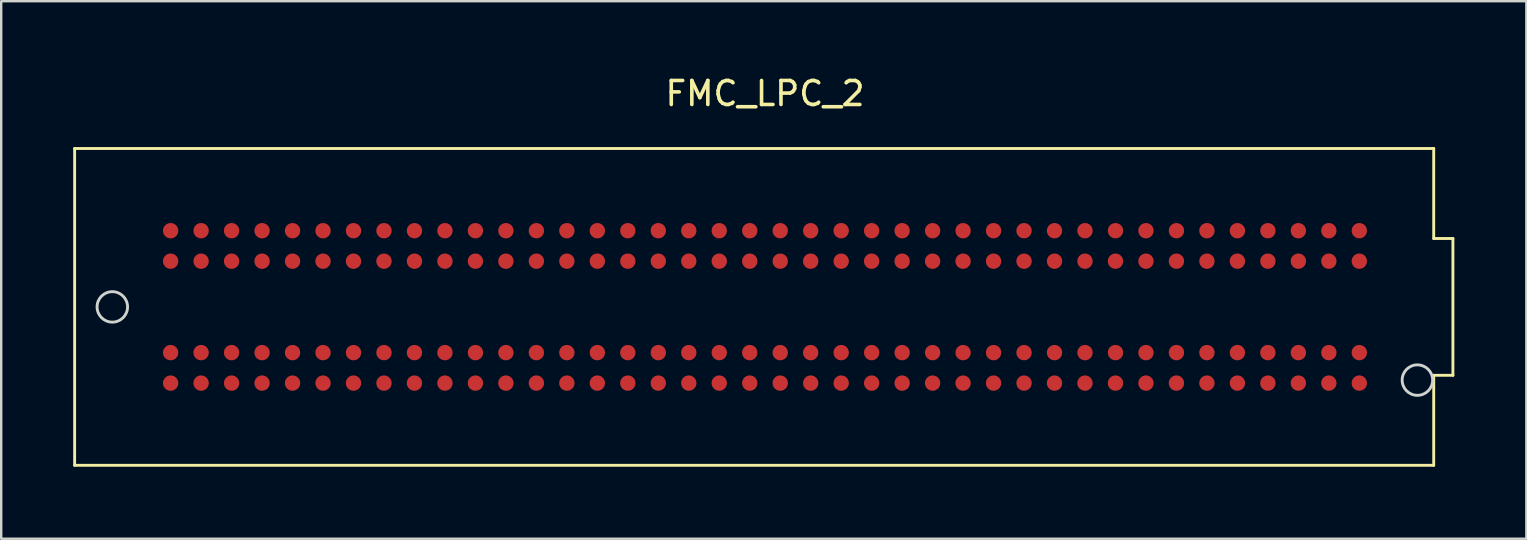
<source format=kicad_pcb>
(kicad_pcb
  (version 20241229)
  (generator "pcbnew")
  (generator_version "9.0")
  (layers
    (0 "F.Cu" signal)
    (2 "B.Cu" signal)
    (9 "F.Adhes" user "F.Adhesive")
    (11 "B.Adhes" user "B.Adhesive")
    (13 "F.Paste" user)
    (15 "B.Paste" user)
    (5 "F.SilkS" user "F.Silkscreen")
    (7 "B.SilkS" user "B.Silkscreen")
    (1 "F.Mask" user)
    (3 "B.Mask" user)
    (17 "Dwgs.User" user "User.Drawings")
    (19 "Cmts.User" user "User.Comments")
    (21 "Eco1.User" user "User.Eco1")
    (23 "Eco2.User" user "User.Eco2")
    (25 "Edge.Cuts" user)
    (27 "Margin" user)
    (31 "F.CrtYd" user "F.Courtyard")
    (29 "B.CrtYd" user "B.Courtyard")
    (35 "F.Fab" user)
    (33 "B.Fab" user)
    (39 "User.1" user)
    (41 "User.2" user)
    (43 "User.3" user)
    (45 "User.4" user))
  (footprint "FMC_LPC_2"
    (layer "F.Cu")
    (at 28.825 9.738)
    (property "Reference" "FMC_LPC_2" (at 0 -8.89 0) (layer "F.SilkS") (effects (font (size 1 1) (thickness 0.15))))
    (attr through_hole)
    (fp_line (start -28.765 -6.6) (end -28.765 6.6) (stroke (width 0.12) (type solid)) (layer "F.SilkS"))
    (fp_line (start -28.765 6.6) (end 27.865 6.6) (stroke (width 0.12) (type solid)) (layer "F.SilkS"))
    (fp_line (start 27.865 -6.6) (end -28.765 -6.6) (stroke (width 0.12) (type solid)) (layer "F.SilkS"))
    (fp_line (start 27.865 -2.85) (end 27.865 -6.6) (stroke (width 0.12) (type solid)) (layer "F.SilkS"))
    (fp_line (start 27.865 2.85) (end 28.665 2.85) (stroke (width 0.12) (type solid)) (layer "F.SilkS"))
    (fp_line (start 27.865 6.6) (end 27.865 2.85) (stroke (width 0.12) (type solid)) (layer "F.SilkS"))
    (fp_line (start 28.665 -2.85) (end 27.865 -2.85) (stroke (width 0.12) (type solid)) (layer "F.SilkS"))
    (fp_line (start 28.665 -2.85) (end 28.665 2.85) (stroke (width 0.12) (type solid)) (layer "F.SilkS"))
    (fp_circle (center -27.195 0) (end -26.56 0) (stroke (width 0.12) (type solid)) (fill no) (layer "Edge.Cuts"))
    (fp_circle (center 27.185 3.05) (end 27.82 3.05) (stroke (width 0.12) (type solid)) (fill no) (layer "Edge.Cuts"))
    (pad "C1" smd circle (at 24.765 -3.175) (size 0.64 0.64) (layers "F.Cu" "F.Mask" "F.Paste"))
    (pad "C2" smd circle (at 23.495 -3.175) (size 0.64 0.64) (layers "F.Cu" "F.Mask" "F.Paste"))
    (pad "C3" smd circle (at 22.225 -3.175) (size 0.64 0.64) (layers "F.Cu" "F.Mask" "F.Paste"))
    (pad "C4" smd circle (at 20.955 -3.175) (size 0.64 0.64) (layers "F.Cu" "F.Mask" "F.Paste"))
    (pad "C5" smd circle (at 19.685 -3.175) (size 0.64 0.64) (layers "F.Cu" "F.Mask" "F.Paste"))
    (pad "C6" smd circle (at 18.415 -3.175) (size 0.64 0.64) (layers "F.Cu" "F.Mask" "F.Paste"))
    (pad "C7" smd circle (at 17.145 -3.175) (size 0.64 0.64) (layers "F.Cu" "F.Mask" "F.Paste"))
    (pad "C8" smd circle (at 15.875 -3.175) (size 0.64 0.64) (layers "F.Cu" "F.Mask" "F.Paste"))
    (pad "C9" smd circle (at 14.605 -3.175) (size 0.64 0.64) (layers "F.Cu" "F.Mask" "F.Paste"))
    (pad "C10" smd circle (at 13.335 -3.175) (size 0.64 0.64) (layers "F.Cu" "F.Mask" "F.Paste"))
    (pad "C11" smd circle (at 12.065 -3.175) (size 0.64 0.64) (layers "F.Cu" "F.Mask" "F.Paste"))
    (pad "C12" smd circle (at 10.795 -3.175) (size 0.64 0.64) (layers "F.Cu" "F.Mask" "F.Paste"))
    (pad "C13" smd circle (at 9.525 -3.175) (size 0.64 0.64) (layers "F.Cu" "F.Mask" "F.Paste"))
    (pad "C14" smd circle (at 8.255 -3.175) (size 0.64 0.64) (layers "F.Cu" "F.Mask" "F.Paste"))
    (pad "C15" smd circle (at 6.985 -3.175) (size 0.64 0.64) (layers "F.Cu" "F.Mask" "F.Paste"))
    (pad "C16" smd circle (at 5.715 -3.175) (size 0.64 0.64) (layers "F.Cu" "F.Mask" "F.Paste"))
    (pad "C17" smd circle (at 4.445 -3.175) (size 0.64 0.64) (layers "F.Cu" "F.Mask" "F.Paste"))
    (pad "C18" smd circle (at 3.175 -3.175) (size 0.64 0.64) (layers "F.Cu" "F.Mask" "F.Paste"))
    (pad "C19" smd circle (at 1.905 -3.175) (size 0.64 0.64) (layers "F.Cu" "F.Mask" "F.Paste"))
    (pad "C20" smd circle (at 0.635 -3.175) (size 0.64 0.64) (layers "F.Cu" "F.Mask" "F.Paste"))
    (pad "C21" smd circle (at -0.635 -3.175) (size 0.64 0.64) (layers "F.Cu" "F.Mask" "F.Paste"))
    (pad "C22" smd circle (at -1.905 -3.175) (size 0.64 0.64) (layers "F.Cu" "F.Mask" "F.Paste"))
    (pad "C23" smd circle (at -3.175 -3.175) (size 0.64 0.64) (layers "F.Cu" "F.Mask" "F.Paste"))
    (pad "C24" smd circle (at -4.445 -3.175) (size 0.64 0.64) (layers "F.Cu" "F.Mask" "F.Paste"))
    (pad "C25" smd circle (at -5.715 -3.175) (size 0.64 0.64) (layers "F.Cu" "F.Mask" "F.Paste"))
    (pad "C26" smd circle (at -6.985 -3.175) (size 0.64 0.64) (layers "F.Cu" "F.Mask" "F.Paste"))
    (pad "C27" smd circle (at -8.255 -3.175) (size 0.64 0.64) (layers "F.Cu" "F.Mask" "F.Paste"))
    (pad "C28" smd circle (at -9.525 -3.175) (size 0.64 0.64) (layers "F.Cu" "F.Mask" "F.Paste"))
    (pad "C29" smd circle (at -10.795 -3.175) (size 0.64 0.64) (layers "F.Cu" "F.Mask" "F.Paste"))
    (pad "C30" smd circle (at -12.065 -3.175) (size 0.64 0.64) (layers "F.Cu" "F.Mask" "F.Paste"))
    (pad "C31" smd circle (at -13.335 -3.175) (size 0.64 0.64) (layers "F.Cu" "F.Mask" "F.Paste"))
    (pad "C32" smd circle (at -14.605 -3.175) (size 0.64 0.64) (layers "F.Cu" "F.Mask" "F.Paste"))
    (pad "C33" smd circle (at -15.875 -3.175) (size 0.64 0.64) (layers "F.Cu" "F.Mask" "F.Paste"))
    (pad "C34" smd circle (at -17.145 -3.175) (size 0.64 0.64) (layers "F.Cu" "F.Mask" "F.Paste"))
    (pad "C35" smd circle (at -18.415 -3.175) (size 0.64 0.64) (layers "F.Cu" "F.Mask" "F.Paste"))
    (pad "C36" smd circle (at -19.685 -3.175) (size 0.64 0.64) (layers "F.Cu" "F.Mask" "F.Paste"))
    (pad "C37" smd circle (at -20.955 -3.175) (size 0.64 0.64) (layers "F.Cu" "F.Mask" "F.Paste"))
    (pad "C38" smd circle (at -22.225 -3.175) (size 0.64 0.64) (layers "F.Cu" "F.Mask" "F.Paste"))
    (pad "C39" smd circle (at -23.495 -3.175) (size 0.64 0.64) (layers "F.Cu" "F.Mask" "F.Paste"))
    (pad "C40" smd circle (at -24.765 -3.175) (size 0.64 0.64) (layers "F.Cu" "F.Mask" "F.Paste"))
    (pad "D1" smd circle (at 24.765 -1.905) (size 0.64 0.64) (layers "F.Cu" "F.Mask" "F.Paste"))
    (pad "D2" smd circle (at 23.495 -1.905) (size 0.64 0.64) (layers "F.Cu" "F.Mask" "F.Paste"))
    (pad "D3" smd circle (at 22.225 -1.905) (size 0.64 0.64) (layers "F.Cu" "F.Mask" "F.Paste"))
    (pad "D4" smd circle (at 20.955 -1.905) (size 0.64 0.64) (layers "F.Cu" "F.Mask" "F.Paste"))
    (pad "D5" smd circle (at 19.685 -1.905) (size 0.64 0.64) (layers "F.Cu" "F.Mask" "F.Paste"))
    (pad "D6" smd circle (at 18.415 -1.905) (size 0.64 0.64) (layers "F.Cu" "F.Mask" "F.Paste"))
    (pad "D7" smd circle (at 17.145 -1.905) (size 0.64 0.64) (layers "F.Cu" "F.Mask" "F.Paste"))
    (pad "D8" smd circle (at 15.875 -1.905) (size 0.64 0.64) (layers "F.Cu" "F.Mask" "F.Paste"))
    (pad "D9" smd circle (at 14.605 -1.905) (size 0.64 0.64) (layers "F.Cu" "F.Mask" "F.Paste"))
    (pad "D10" smd circle (at 13.335 -1.905) (size 0.64 0.64) (layers "F.Cu" "F.Mask" "F.Paste"))
    (pad "D11" smd circle (at 12.065 -1.905) (size 0.64 0.64) (layers "F.Cu" "F.Mask" "F.Paste"))
    (pad "D12" smd circle (at 10.795 -1.905) (size 0.64 0.64) (layers "F.Cu" "F.Mask" "F.Paste"))
    (pad "D13" smd circle (at 9.525 -1.905) (size 0.64 0.64) (layers "F.Cu" "F.Mask" "F.Paste"))
    (pad "D14" smd circle (at 8.255 -1.905) (size 0.64 0.64) (layers "F.Cu" "F.Mask" "F.Paste"))
    (pad "D15" smd circle (at 6.985 -1.905) (size 0.64 0.64) (layers "F.Cu" "F.Mask" "F.Paste"))
    (pad "D16" smd circle (at 5.715 -1.905) (size 0.64 0.64) (layers "F.Cu" "F.Mask" "F.Paste"))
    (pad "D17" smd circle (at 4.445 -1.905) (size 0.64 0.64) (layers "F.Cu" "F.Mask" "F.Paste"))
    (pad "D18" smd circle (at 3.175 -1.905) (size 0.64 0.64) (layers "F.Cu" "F.Mask" "F.Paste"))
    (pad "D19" smd circle (at 1.905 -1.905) (size 0.64 0.64) (layers "F.Cu" "F.Mask" "F.Paste"))
    (pad "D20" smd circle (at 0.635 -1.905) (size 0.64 0.64) (layers "F.Cu" "F.Mask" "F.Paste"))
    (pad "D21" smd circle (at -0.635 -1.905) (size 0.64 0.64) (layers "F.Cu" "F.Mask" "F.Paste"))
    (pad "D22" smd circle (at -1.905 -1.905) (size 0.64 0.64) (layers "F.Cu" "F.Mask" "F.Paste"))
    (pad "D23" smd circle (at -3.175 -1.905) (size 0.64 0.64) (layers "F.Cu" "F.Mask" "F.Paste"))
    (pad "D24" smd circle (at -4.445 -1.905) (size 0.64 0.64) (layers "F.Cu" "F.Mask" "F.Paste"))
    (pad "D25" smd circle (at -5.715 -1.905) (size 0.64 0.64) (layers "F.Cu" "F.Mask" "F.Paste"))
    (pad "D26" smd circle (at -6.985 -1.905) (size 0.64 0.64) (layers "F.Cu" "F.Mask" "F.Paste"))
    (pad "D27" smd circle (at -8.255 -1.905) (size 0.64 0.64) (layers "F.Cu" "F.Mask" "F.Paste"))
    (pad "D28" smd circle (at -9.525 -1.905) (size 0.64 0.64) (layers "F.Cu" "F.Mask" "F.Paste"))
    (pad "D29" smd circle (at -10.795 -1.905) (size 0.64 0.64) (layers "F.Cu" "F.Mask" "F.Paste"))
    (pad "D30" smd circle (at -12.065 -1.905) (size 0.64 0.64) (layers "F.Cu" "F.Mask" "F.Paste"))
    (pad "D31" smd circle (at -13.335 -1.905) (size 0.64 0.64) (layers "F.Cu" "F.Mask" "F.Paste"))
    (pad "D32" smd circle (at -14.605 -1.905) (size 0.64 0.64) (layers "F.Cu" "F.Mask" "F.Paste"))
    (pad "D33" smd circle (at -15.875 -1.905) (size 0.64 0.64) (layers "F.Cu" "F.Mask" "F.Paste"))
    (pad "D34" smd circle (at -17.145 -1.905) (size 0.64 0.64) (layers "F.Cu" "F.Mask" "F.Paste"))
    (pad "D35" smd circle (at -18.415 -1.905) (size 0.64 0.64) (layers "F.Cu" "F.Mask" "F.Paste"))
    (pad "D36" smd circle (at -19.685 -1.905) (size 0.64 0.64) (layers "F.Cu" "F.Mask" "F.Paste"))
    (pad "D37" smd circle (at -20.955 -1.905) (size 0.64 0.64) (layers "F.Cu" "F.Mask" "F.Paste"))
    (pad "D38" smd circle (at -22.225 -1.905) (size 0.64 0.64) (layers "F.Cu" "F.Mask" "F.Paste"))
    (pad "D39" smd circle (at -23.495 -1.905) (size 0.64 0.64) (layers "F.Cu" "F.Mask" "F.Paste"))
    (pad "D40" smd circle (at -24.765 -1.905) (size 0.64 0.64) (layers "F.Cu" "F.Mask" "F.Paste"))
    (pad "G1" smd circle (at 24.765 1.905) (size 0.64 0.64) (layers "F.Cu" "F.Mask" "F.Paste"))
    (pad "G2" smd circle (at 23.495 1.905) (size 0.64 0.64) (layers "F.Cu" "F.Mask" "F.Paste"))
    (pad "G3" smd circle (at 22.225 1.905) (size 0.64 0.64) (layers "F.Cu" "F.Mask" "F.Paste"))
    (pad "G4" smd circle (at 20.955 1.905) (size 0.64 0.64) (layers "F.Cu" "F.Mask" "F.Paste"))
    (pad "G5" smd circle (at 19.685 1.905) (size 0.64 0.64) (layers "F.Cu" "F.Mask" "F.Paste"))
    (pad "G6" smd circle (at 18.415 1.905) (size 0.64 0.64) (layers "F.Cu" "F.Mask" "F.Paste"))
    (pad "G7" smd circle (at 17.145 1.905) (size 0.64 0.64) (layers "F.Cu" "F.Mask" "F.Paste"))
    (pad "G8" smd circle (at 15.875 1.905) (size 0.64 0.64) (layers "F.Cu" "F.Mask" "F.Paste"))
    (pad "G9" smd circle (at 14.605 1.905) (size 0.64 0.64) (layers "F.Cu" "F.Mask" "F.Paste"))
    (pad "G10" smd circle (at 13.335 1.905) (size 0.64 0.64) (layers "F.Cu" "F.Mask" "F.Paste"))
    (pad "G11" smd circle (at 12.065 1.905) (size 0.64 0.64) (layers "F.Cu" "F.Mask" "F.Paste"))
    (pad "G12" smd circle (at 10.795 1.905) (size 0.64 0.64) (layers "F.Cu" "F.Mask" "F.Paste"))
    (pad "G13" smd circle (at 9.525 1.905) (size 0.64 0.64) (layers "F.Cu" "F.Mask" "F.Paste"))
    (pad "G14" smd circle (at 8.255 1.905) (size 0.64 0.64) (layers "F.Cu" "F.Mask" "F.Paste"))
    (pad "G15" smd circle (at 6.985 1.905) (size 0.64 0.64) (layers "F.Cu" "F.Mask" "F.Paste"))
    (pad "G16" smd circle (at 5.715 1.905) (size 0.64 0.64) (layers "F.Cu" "F.Mask" "F.Paste"))
    (pad "G17" smd circle (at 4.445 1.905) (size 0.64 0.64) (layers "F.Cu" "F.Mask" "F.Paste"))
    (pad "G18" smd circle (at 3.175 1.905) (size 0.64 0.64) (layers "F.Cu" "F.Mask" "F.Paste"))
    (pad "G19" smd circle (at 1.905 1.905) (size 0.64 0.64) (layers "F.Cu" "F.Mask" "F.Paste"))
    (pad "G20" smd circle (at 0.635 1.905) (size 0.64 0.64) (layers "F.Cu" "F.Mask" "F.Paste"))
    (pad "G21" smd circle (at -0.635 1.905) (size 0.64 0.64) (layers "F.Cu" "F.Mask" "F.Paste"))
    (pad "G22" smd circle (at -1.905 1.905) (size 0.64 0.64) (layers "F.Cu" "F.Mask" "F.Paste"))
    (pad "G23" smd circle (at -3.175 1.905) (size 0.64 0.64) (layers "F.Cu" "F.Mask" "F.Paste"))
    (pad "G24" smd circle (at -4.445 1.905) (size 0.64 0.64) (layers "F.Cu" "F.Mask" "F.Paste"))
    (pad "G25" smd circle (at -5.715 1.905) (size 0.64 0.64) (layers "F.Cu" "F.Mask" "F.Paste"))
    (pad "G26" smd circle (at -6.985 1.905) (size 0.64 0.64) (layers "F.Cu" "F.Mask" "F.Paste"))
    (pad "G27" smd circle (at -8.255 1.905) (size 0.64 0.64) (layers "F.Cu" "F.Mask" "F.Paste"))
    (pad "G28" smd circle (at -9.525 1.905) (size 0.64 0.64) (layers "F.Cu" "F.Mask" "F.Paste"))
    (pad "G29" smd circle (at -10.795 1.905) (size 0.64 0.64) (layers "F.Cu" "F.Mask" "F.Paste"))
    (pad "G30" smd circle (at -12.065 1.905) (size 0.64 0.64) (layers "F.Cu" "F.Mask" "F.Paste"))
    (pad "G31" smd circle (at -13.335 1.905) (size 0.64 0.64) (layers "F.Cu" "F.Mask" "F.Paste"))
    (pad "G32" smd circle (at -14.605 1.905) (size 0.64 0.64) (layers "F.Cu" "F.Mask" "F.Paste"))
    (pad "G33" smd circle (at -15.875 1.905) (size 0.64 0.64) (layers "F.Cu" "F.Mask" "F.Paste"))
    (pad "G34" smd circle (at -17.145 1.905) (size 0.64 0.64) (layers "F.Cu" "F.Mask" "F.Paste"))
    (pad "G35" smd circle (at -18.415 1.905) (size 0.64 0.64) (layers "F.Cu" "F.Mask" "F.Paste"))
    (pad "G36" smd circle (at -19.685 1.905) (size 0.64 0.64) (layers "F.Cu" "F.Mask" "F.Paste"))
    (pad "G37" smd circle (at -20.955 1.905) (size 0.64 0.64) (layers "F.Cu" "F.Mask" "F.Paste"))
    (pad "G38" smd circle (at -22.225 1.905) (size 0.64 0.64) (layers "F.Cu" "F.Mask" "F.Paste"))
    (pad "G39" smd circle (at -23.495 1.905) (size 0.64 0.64) (layers "F.Cu" "F.Mask" "F.Paste"))
    (pad "G40" smd circle (at -24.765 1.905) (size 0.64 0.64) (layers "F.Cu" "F.Mask" "F.Paste"))
    (pad "H1" smd circle (at 24.765 3.175) (size 0.64 0.64) (layers "F.Cu" "F.Mask" "F.Paste"))
    (pad "H2" smd circle (at 23.495 3.175) (size 0.64 0.64) (layers "F.Cu" "F.Mask" "F.Paste"))
    (pad "H3" smd circle (at 22.225 3.175) (size 0.64 0.64) (layers "F.Cu" "F.Mask" "F.Paste"))
    (pad "H4" smd circle (at 20.955 3.175) (size 0.64 0.64) (layers "F.Cu" "F.Mask" "F.Paste"))
    (pad "H5" smd circle (at 19.685 3.175) (size 0.64 0.64) (layers "F.Cu" "F.Mask" "F.Paste"))
    (pad "H6" smd circle (at 18.415 3.175) (size 0.64 0.64) (layers "F.Cu" "F.Mask" "F.Paste"))
    (pad "H7" smd circle (at 17.145 3.175) (size 0.64 0.64) (layers "F.Cu" "F.Mask" "F.Paste"))
    (pad "H8" smd circle (at 15.875 3.175) (size 0.64 0.64) (layers "F.Cu" "F.Mask" "F.Paste"))
    (pad "H9" smd circle (at 14.605 3.175) (size 0.64 0.64) (layers "F.Cu" "F.Mask" "F.Paste"))
    (pad "H10" smd circle (at 13.335 3.175) (size 0.64 0.64) (layers "F.Cu" "F.Mask" "F.Paste"))
    (pad "H11" smd circle (at 12.065 3.175) (size 0.64 0.64) (layers "F.Cu" "F.Mask" "F.Paste"))
    (pad "H12" smd circle (at 10.795 3.175) (size 0.64 0.64) (layers "F.Cu" "F.Mask" "F.Paste"))
    (pad "H13" smd circle (at 9.525 3.175) (size 0.64 0.64) (layers "F.Cu" "F.Mask" "F.Paste"))
    (pad "H14" smd circle (at 8.255 3.175) (size 0.64 0.64) (layers "F.Cu" "F.Mask" "F.Paste"))
    (pad "H15" smd circle (at 6.985 3.175) (size 0.64 0.64) (layers "F.Cu" "F.Mask" "F.Paste"))
    (pad "H16" smd circle (at 5.715 3.175) (size 0.64 0.64) (layers "F.Cu" "F.Mask" "F.Paste"))
    (pad "H17" smd circle (at 4.445 3.175) (size 0.64 0.64) (layers "F.Cu" "F.Mask" "F.Paste"))
    (pad "H18" smd circle (at 3.175 3.175) (size 0.64 0.64) (layers "F.Cu" "F.Mask" "F.Paste"))
    (pad "H19" smd circle (at 1.905 3.175) (size 0.64 0.64) (layers "F.Cu" "F.Mask" "F.Paste"))
    (pad "H20" smd circle (at 0.635 3.175) (size 0.64 0.64) (layers "F.Cu" "F.Mask" "F.Paste"))
    (pad "H21" smd circle (at -0.635 3.175) (size 0.64 0.64) (layers "F.Cu" "F.Mask" "F.Paste"))
    (pad "H22" smd circle (at -1.905 3.175) (size 0.64 0.64) (layers "F.Cu" "F.Mask" "F.Paste"))
    (pad "H23" smd circle (at -3.175 3.175) (size 0.64 0.64) (layers "F.Cu" "F.Mask" "F.Paste"))
    (pad "H24" smd circle (at -4.445 3.175) (size 0.64 0.64) (layers "F.Cu" "F.Mask" "F.Paste"))
    (pad "H25" smd circle (at -5.715 3.175) (size 0.64 0.64) (layers "F.Cu" "F.Mask" "F.Paste"))
    (pad "H26" smd circle (at -6.985 3.175) (size 0.64 0.64) (layers "F.Cu" "F.Mask" "F.Paste"))
    (pad "H27" smd circle (at -8.255 3.175) (size 0.64 0.64) (layers "F.Cu" "F.Mask" "F.Paste"))
    (pad "H28" smd circle (at -9.525 3.175) (size 0.64 0.64) (layers "F.Cu" "F.Mask" "F.Paste"))
    (pad "H29" smd circle (at -10.795 3.175) (size 0.64 0.64) (layers "F.Cu" "F.Mask" "F.Paste"))
    (pad "H30" smd circle (at -12.065 3.175) (size 0.64 0.64) (layers "F.Cu" "F.Mask" "F.Paste"))
    (pad "H31" smd circle (at -13.335 3.175) (size 0.64 0.64) (layers "F.Cu" "F.Mask" "F.Paste"))
    (pad "H32" smd circle (at -14.605 3.175) (size 0.64 0.64) (layers "F.Cu" "F.Mask" "F.Paste"))
    (pad "H33" smd circle (at -15.875 3.175) (size 0.64 0.64) (layers "F.Cu" "F.Mask" "F.Paste"))
    (pad "H34" smd circle (at -17.145 3.175) (size 0.64 0.64) (layers "F.Cu" "F.Mask" "F.Paste"))
    (pad "H35" smd circle (at -18.415 3.175) (size 0.64 0.64) (layers "F.Cu" "F.Mask" "F.Paste"))
    (pad "H36" smd circle (at -19.685 3.175) (size 0.64 0.64) (layers "F.Cu" "F.Mask" "F.Paste"))
    (pad "H37" smd circle (at -20.955 3.175) (size 0.64 0.64) (layers "F.Cu" "F.Mask" "F.Paste"))
    (pad "H38" smd circle (at -22.225 3.175) (size 0.64 0.64) (layers "F.Cu" "F.Mask" "F.Paste"))
    (pad "H39" smd circle (at -23.495 3.175) (size 0.64 0.64) (layers "F.Cu" "F.Mask" "F.Paste"))
    (pad "H40" smd circle (at -24.765 3.175) (size 0.64 0.64) (layers "F.Cu" "F.Mask" "F.Paste")))
  (gr_rect
    (start -3 -3)
    (end 60.55 19.398)
    (stroke (width 0.1) (type default))
    (fill no)
    (layer "Edge.Cuts")))
</source>
